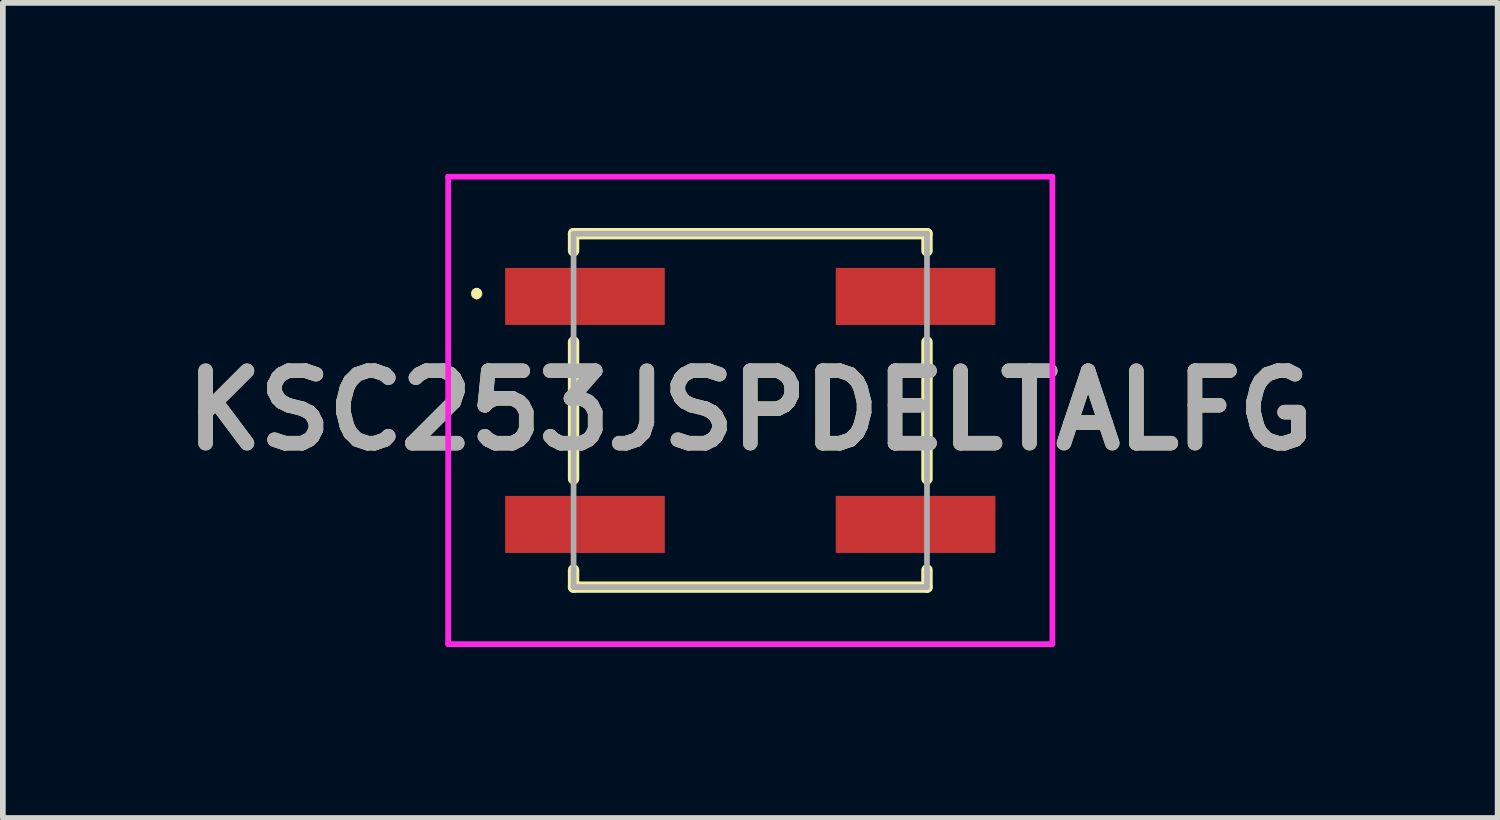
<source format=kicad_pcb>
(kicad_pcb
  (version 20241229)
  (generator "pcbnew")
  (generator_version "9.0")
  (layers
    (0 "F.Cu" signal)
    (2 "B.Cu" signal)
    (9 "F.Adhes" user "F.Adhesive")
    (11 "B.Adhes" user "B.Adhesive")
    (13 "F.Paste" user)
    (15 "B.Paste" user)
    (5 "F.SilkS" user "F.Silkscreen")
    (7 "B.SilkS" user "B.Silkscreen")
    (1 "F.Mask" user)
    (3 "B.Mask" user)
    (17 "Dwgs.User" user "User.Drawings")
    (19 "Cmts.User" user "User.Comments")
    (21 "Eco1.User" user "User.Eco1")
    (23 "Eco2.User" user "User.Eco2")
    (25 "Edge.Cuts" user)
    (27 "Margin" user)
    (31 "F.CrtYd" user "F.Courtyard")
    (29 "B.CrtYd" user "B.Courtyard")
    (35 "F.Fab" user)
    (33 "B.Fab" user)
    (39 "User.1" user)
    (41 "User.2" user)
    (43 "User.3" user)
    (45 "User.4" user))
  (footprint "KSC253JSPDELTALFG"
    (layer "F.Cu")
    (at 10.112 4.15)
    (property "Reference" "KSC253JSPDELTALFG" (at 0 0 0) (layer "F.SilkS") (effects (font (size 1.27 1.27) (thickness 0.254))))
    (attr smd)
    (fp_line (start -4.8 -2.1) (end -4.8 -2.1) (stroke (width 0.1) (type solid)) (layer "F.SilkS"))
    (fp_line (start -4.8 -2) (end -4.8 -2) (stroke (width 0.1) (type solid)) (layer "F.SilkS"))
    (fp_line (start -3.1 -3.1) (end 3.1 -3.1) (stroke (width 0.2) (type solid)) (layer "F.SilkS"))
    (fp_line (start -3.1 -2.8) (end -3.1 -3.1) (stroke (width 0.2) (type solid)) (layer "F.SilkS"))
    (fp_line (start -3.1 -1.2) (end -3.1 1.2) (stroke (width 0.2) (type solid)) (layer "F.SilkS"))
    (fp_line (start -3.1 3.1) (end -3.1 2.8) (stroke (width 0.2) (type solid)) (layer "F.SilkS"))
    (fp_line (start 3.1 -3.1) (end 3.1 -2.8) (stroke (width 0.2) (type solid)) (layer "F.SilkS"))
    (fp_line (start 3.1 -1.2) (end 3.1 1.2) (stroke (width 0.2) (type solid)) (layer "F.SilkS"))
    (fp_line (start 3.1 2.8) (end 3.1 3.1) (stroke (width 0.2) (type solid)) (layer "F.SilkS"))
    (fp_line (start 3.1 3.1) (end -3.1 3.1) (stroke (width 0.2) (type solid)) (layer "F.SilkS"))
    (fp_arc (start -4.8 -2.1) (mid -4.75 -2.05) (end -4.8 -2) (stroke (width 0.1) (type solid)) (layer "F.SilkS"))
    (fp_arc (start -4.8 -2) (mid -4.85 -2.05) (end -4.8 -2.1) (stroke (width 0.1) (type solid)) (layer "F.SilkS"))
    (fp_line (start -5.3 -4.1) (end 5.3 -4.1) (stroke (width 0.1) (type solid)) (layer "F.CrtYd"))
    (fp_line (start -5.3 4.1) (end -5.3 -4.1) (stroke (width 0.1) (type solid)) (layer "F.CrtYd"))
    (fp_line (start 5.3 -4.1) (end 5.3 4.1) (stroke (width 0.1) (type solid)) (layer "F.CrtYd"))
    (fp_line (start 5.3 4.1) (end -5.3 4.1) (stroke (width 0.1) (type solid)) (layer "F.CrtYd"))
    (fp_line (start -3.1 -3.1) (end 3.1 -3.1) (stroke (width 0.1) (type solid)) (layer "F.Fab"))
    (fp_line (start -3.1 3.1) (end -3.1 -3.1) (stroke (width 0.1) (type solid)) (layer "F.Fab"))
    (fp_line (start 3.1 -3.1) (end 3.1 3.1) (stroke (width 0.1) (type solid)) (layer "F.Fab"))
    (fp_line (start 3.1 3.1) (end -3.1 3.1) (stroke (width 0.1) (type solid)) (layer "F.Fab"))
    (fp_text user "${REFERENCE}" (at 0 0 0) (layer "F.Fab") (effects (font (size 1.27 1.27) (thickness 0.254))))
    (pad "1" smd rect (at -2.9 -2 90) (size 1 2.8) (layers "F.Cu" "F.Mask" "F.Paste"))
    (pad "2" smd rect (at 2.9 -2 90) (size 1 2.8) (layers "F.Cu" "F.Mask" "F.Paste"))
    (pad "3" smd rect (at -2.9 2 90) (size 1 2.8) (layers "F.Cu" "F.Mask" "F.Paste"))
    (pad "4" smd rect (at 2.9 2 90) (size 1 2.8) (layers "F.Cu" "F.Mask" "F.Paste")))
  (gr_rect
    (start -3 -3)
    (end 23.223 11.3)
    (stroke (width 0.1) (type default))
    (fill no)
    (layer "Edge.Cuts")))
</source>
